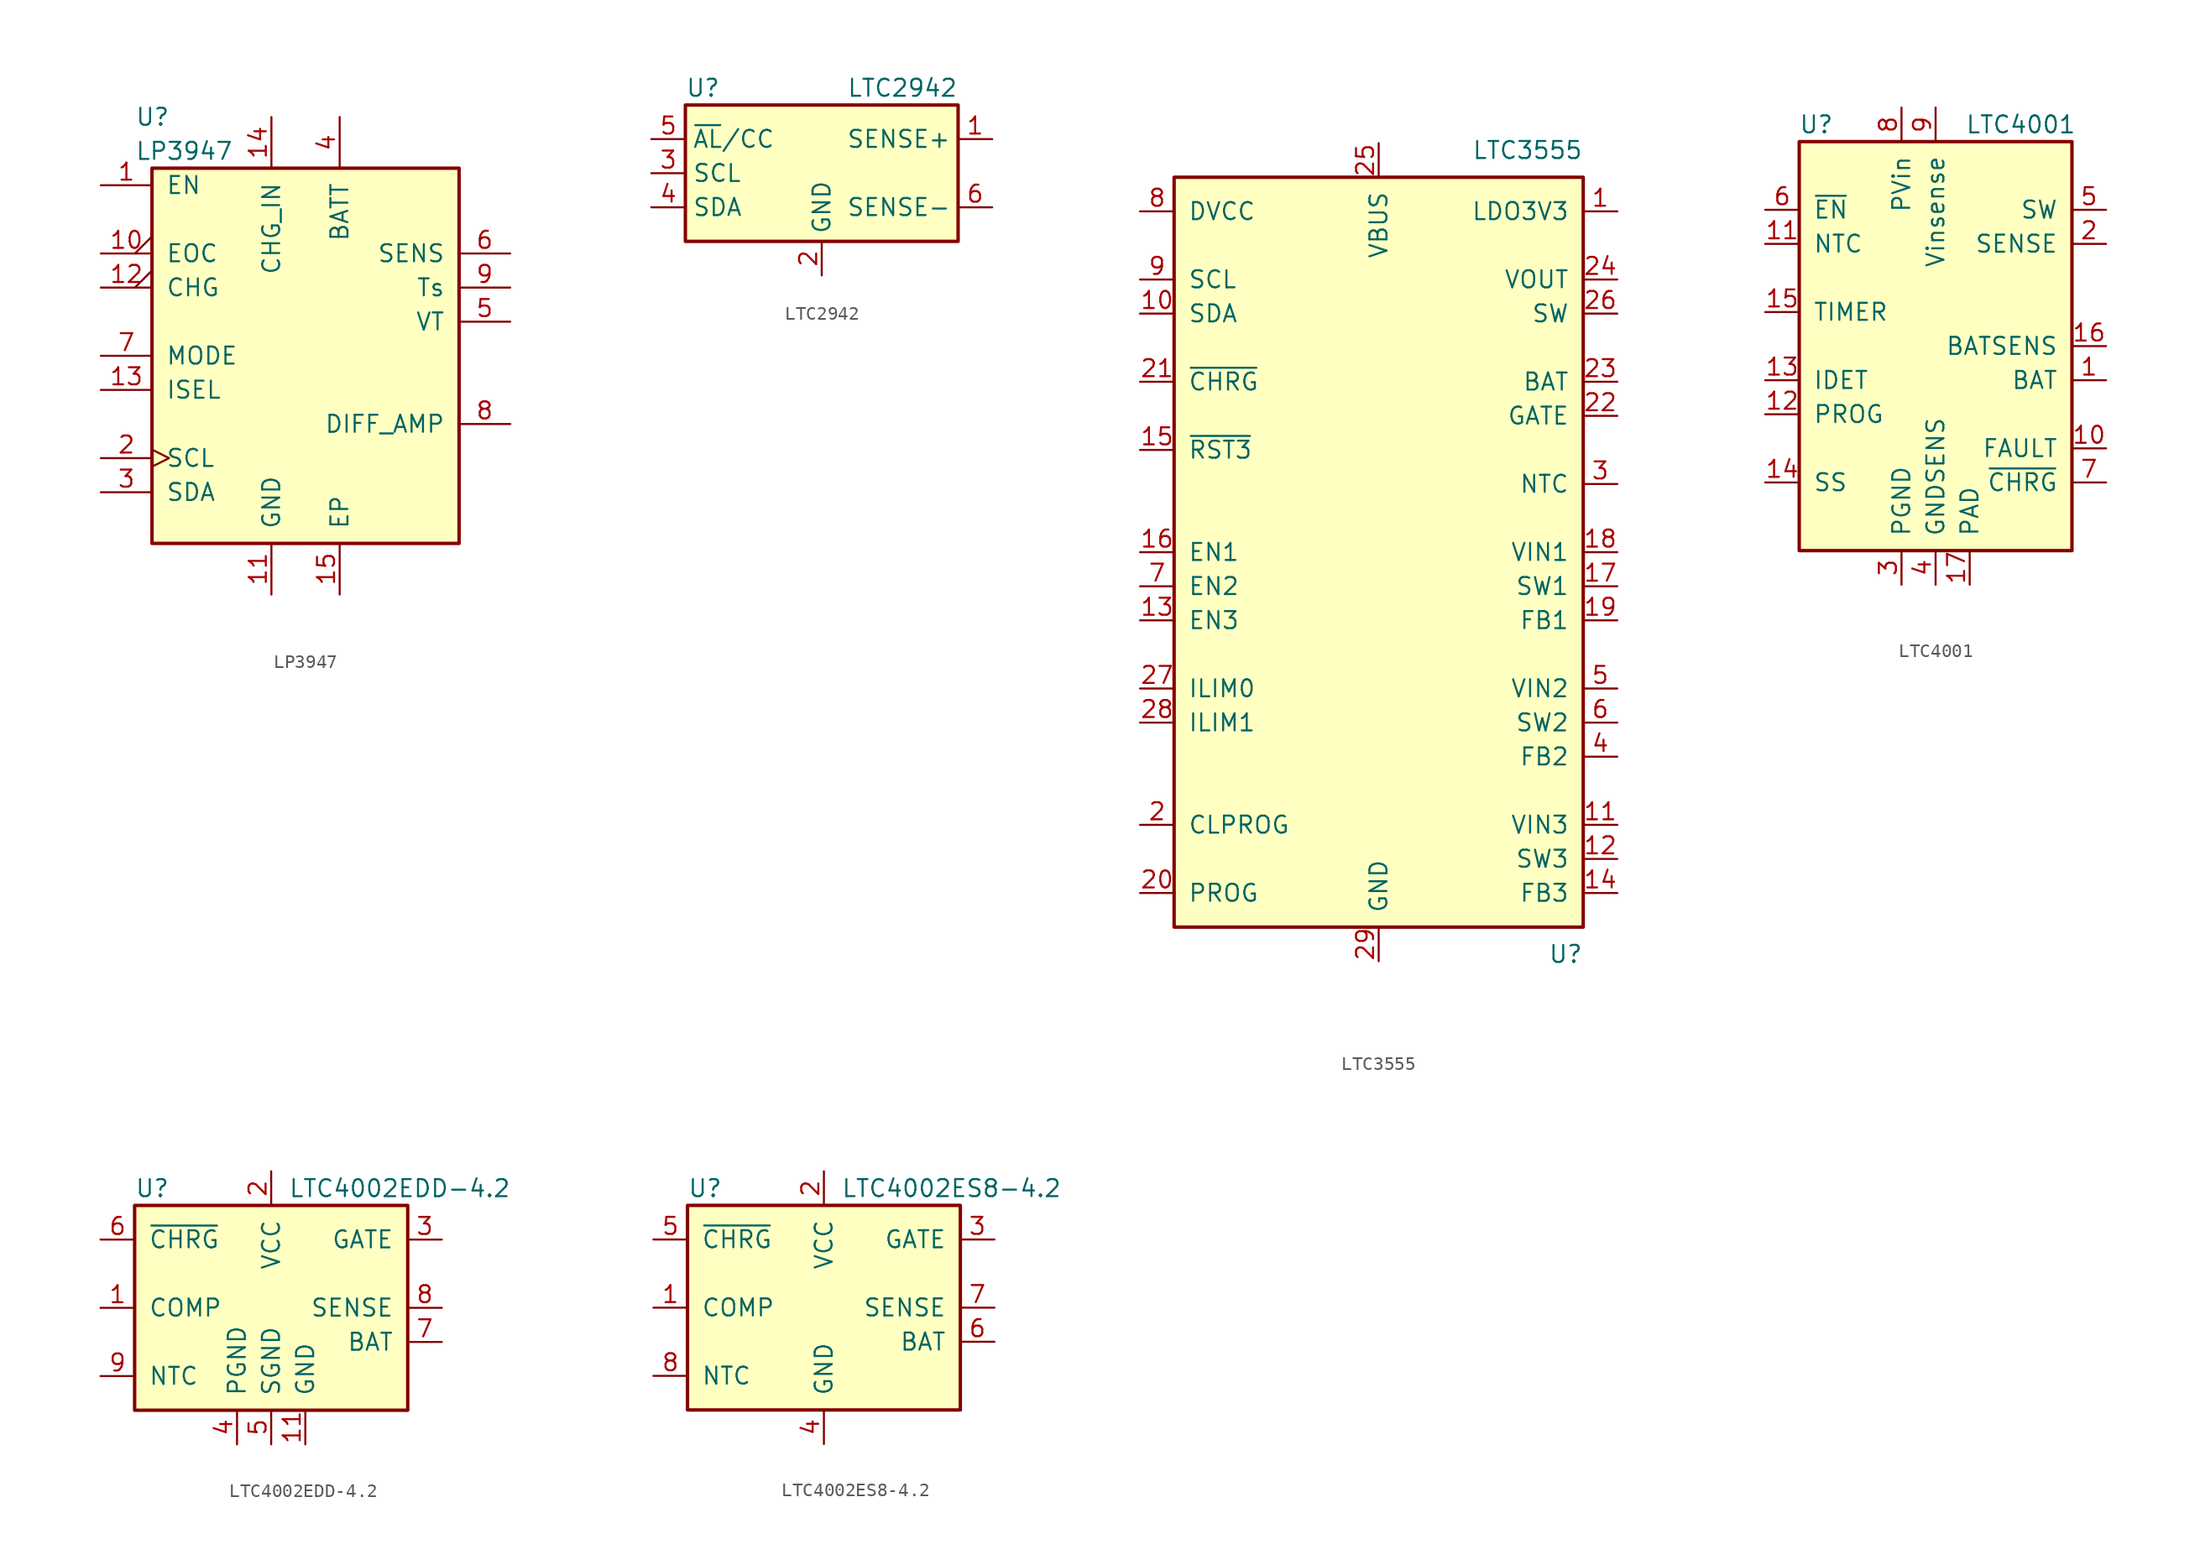
<source format=kicad_sym>
(kicad_symbol_lib
  (version 20211014)
  (generator kicad_symbol_editor)
  (symbol "LP3947"
    (pin_names
      (offset 1.016))
    (property "Reference" "U"
      (at -12.7 17.78 0)
      (effects (font (size 1.27 1.27)) (justify left)))
    (property "Value" "LP3947"
      (at -12.7 15.24 0)
      (effects (font (size 1.27 1.27)) (justify left)))
    (symbol "LP3947_0_1"
      (rectangle (start -11.43 13.97) (end 11.43 -13.97) (stroke (width 0.254) (type default) (color 0 0 0 0)) (fill (type background))))
    (symbol "LP3947_1_1"
      (pin input line (at -15.24 12.7 0) (length 3.81) (name "EN" (effects (font (size 1.27 1.27)))) (number "1" (effects (font (size 1.27 1.27)))))
      (pin open_collector output_low (at -15.24 7.62 0) (length 3.81) (name "EOC" (effects (font (size 1.27 1.27)))) (number "10" (effects (font (size 1.27 1.27)))))
      (pin power_in line (at -2.54 -17.78 90) (length 3.81) (name "GND" (effects (font (size 1.27 1.27)))) (number "11" (effects (font (size 1.27 1.27)))))
      (pin open_collector output_low (at -15.24 5.08 0) (length 3.81) (name "CHG" (effects (font (size 1.27 1.27)))) (number "12" (effects (font (size 1.27 1.27)))))
      (pin input line (at -15.24 -2.54 0) (length 3.81) (name "ISEL" (effects (font (size 1.27 1.27)))) (number "13" (effects (font (size 1.27 1.27)))))
      (pin power_in line (at -2.54 17.78 270) (length 3.81) (name "CHG_IN" (effects (font (size 1.27 1.27)))) (number "14" (effects (font (size 1.27 1.27)))))
      (pin power_in line (at 2.54 -17.78 90) (length 3.81) (name "EP" (effects (font (size 1.27 1.27)))) (number "15" (effects (font (size 1.27 1.27)))))
      (pin input clock (at -15.24 -7.62 0) (length 3.81) (name "SCL" (effects (font (size 1.27 1.27)))) (number "2" (effects (font (size 1.27 1.27)))))
      (pin bidirectional line (at -15.24 -10.16 0) (length 3.81) (name "SDA" (effects (font (size 1.27 1.27)))) (number "3" (effects (font (size 1.27 1.27)))))
      (pin power_out line (at 2.54 17.78 270) (length 3.81) (name "BATT" (effects (font (size 1.27 1.27)))) (number "4" (effects (font (size 1.27 1.27)))))
      (pin power_out line (at 15.24 2.54 180) (length 3.81) (name "VT" (effects (font (size 1.27 1.27)))) (number "5" (effects (font (size 1.27 1.27)))))
      (pin input line (at 15.24 7.62 180) (length 3.81) (name "SENS" (effects (font (size 1.27 1.27)))) (number "6" (effects (font (size 1.27 1.27)))))
      (pin input line (at -15.24 0 0) (length 3.81) (name "MODE" (effects (font (size 1.27 1.27)))) (number "7" (effects (font (size 1.27 1.27)))))
      (pin output line (at 15.24 -5.08 180) (length 3.81) (name "DIFF_AMP" (effects (font (size 1.27 1.27)))) (number "8" (effects (font (size 1.27 1.27)))))
      (pin input line (at 15.24 5.08 180) (length 3.81) (name "Ts" (effects (font (size 1.27 1.27)))) (number "9" (effects (font (size 1.27 1.27)))))))
  (symbol "LTC2942"
    (property "Reference" "U"
      (at -10.16 6.35 0)
      (effects (font (size 1.27 1.27)) (justify left)))
    (property "Value" "LTC2942"
      (at 10.16 6.35 0)
      (effects (font (size 1.27 1.27)) (justify right)))
    (symbol "LTC2942_0_1"
      (rectangle (start -10.16 5.08) (end 10.16 -5.08) (stroke (width 0.254) (type default) (color 0 0 0 0)) (fill (type background))))
    (symbol "LTC2942_1_1"
      (pin passive line (at 12.7 2.54 180) (length 2.54) (name "SENSE+" (effects (font (size 1.27 1.27)))) (number "1" (effects (font (size 1.27 1.27)))))
      (pin power_in line (at 0 -7.62 90) (length 2.54) (name "GND" (effects (font (size 1.27 1.27)))) (number "2" (effects (font (size 1.27 1.27)))))
      (pin input line (at -12.7 0 0) (length 2.54) (name "SCL" (effects (font (size 1.27 1.27)))) (number "3" (effects (font (size 1.27 1.27)))))
      (pin bidirectional line (at -12.7 -2.54 0) (length 2.54) (name "SDA" (effects (font (size 1.27 1.27)))) (number "4" (effects (font (size 1.27 1.27)))))
      (pin bidirectional line (at -12.7 2.54 0) (length 2.54) (name "~{AL}/CC" (effects (font (size 1.27 1.27)))) (number "5" (effects (font (size 1.27 1.27)))))
      (pin passive line (at 12.7 -2.54 180) (length 2.54) (name "SENSE-" (effects (font (size 1.27 1.27)))) (number "6" (effects (font (size 1.27 1.27)))))))
  (symbol "LTC3555"
    (pin_names
      (offset 1.016))
    (property "Reference" "U"
      (at 15.24 -29.21 0)
      (effects (font (size 1.27 1.27)) (justify right top)))
    (property "Value" "LTC3555"
      (at 15.24 29.21 0)
      (effects (font (size 1.27 1.27)) (justify right bottom)))
    (symbol "LTC3555_0_1"
      (rectangle (start -15.24 27.94) (end 15.24 -27.94) (stroke (width 0.254) (type default) (color 0 0 0 0)) (fill (type background))))
    (symbol "LTC3555_1_1"
      (pin power_out line (at 17.78 25.4 180) (length 2.54) (name "LDO3V3" (effects (font (size 1.27 1.27)))) (number "1" (effects (font (size 1.27 1.27)))))
      (pin bidirectional line (at -17.78 17.78 0) (length 2.54) (name "SDA" (effects (font (size 1.27 1.27)))) (number "10" (effects (font (size 1.27 1.27)))))
      (pin power_in line (at 17.78 -20.32 180) (length 2.54) (name "VIN3" (effects (font (size 1.27 1.27)))) (number "11" (effects (font (size 1.27 1.27)))))
      (pin power_out line (at 17.78 -22.86 180) (length 2.54) (name "SW3" (effects (font (size 1.27 1.27)))) (number "12" (effects (font (size 1.27 1.27)))))
      (pin input line (at -17.78 -5.08 0) (length 2.54) (name "EN3" (effects (font (size 1.27 1.27)))) (number "13" (effects (font (size 1.27 1.27)))))
      (pin input line (at 17.78 -25.4 180) (length 2.54) (name "FB3" (effects (font (size 1.27 1.27)))) (number "14" (effects (font (size 1.27 1.27)))))
      (pin open_collector line (at -17.78 7.62 0) (length 2.54) (name "~{RST3}" (effects (font (size 1.27 1.27)))) (number "15" (effects (font (size 1.27 1.27)))))
      (pin input line (at -17.78 0 0) (length 2.54) (name "EN1" (effects (font (size 1.27 1.27)))) (number "16" (effects (font (size 1.27 1.27)))))
      (pin power_out line (at 17.78 -2.54 180) (length 2.54) (name "SW1" (effects (font (size 1.27 1.27)))) (number "17" (effects (font (size 1.27 1.27)))))
      (pin power_in line (at 17.78 0 180) (length 2.54) (name "VIN1" (effects (font (size 1.27 1.27)))) (number "18" (effects (font (size 1.27 1.27)))))
      (pin input line (at 17.78 -5.08 180) (length 2.54) (name "FB1" (effects (font (size 1.27 1.27)))) (number "19" (effects (font (size 1.27 1.27)))))
      (pin passive line (at -17.78 -20.32 0) (length 2.54) (name "CLPROG" (effects (font (size 1.27 1.27)))) (number "2" (effects (font (size 1.27 1.27)))))
      (pin passive line (at -17.78 -25.4 0) (length 2.54) (name "PROG" (effects (font (size 1.27 1.27)))) (number "20" (effects (font (size 1.27 1.27)))))
      (pin open_collector line (at -17.78 12.7 0) (length 2.54) (name "~{CHRG}" (effects (font (size 1.27 1.27)))) (number "21" (effects (font (size 1.27 1.27)))))
      (pin output line (at 17.78 10.16 180) (length 2.54) (name "GATE" (effects (font (size 1.27 1.27)))) (number "22" (effects (font (size 1.27 1.27)))))
      (pin power_out line (at 17.78 12.7 180) (length 2.54) (name "BAT" (effects (font (size 1.27 1.27)))) (number "23" (effects (font (size 1.27 1.27)))))
      (pin power_out line (at 17.78 20.32 180) (length 2.54) (name "VOUT" (effects (font (size 1.27 1.27)))) (number "24" (effects (font (size 1.27 1.27)))))
      (pin power_in line (at 0 30.48 270) (length 2.54) (name "VBUS" (effects (font (size 1.27 1.27)))) (number "25" (effects (font (size 1.27 1.27)))))
      (pin power_out line (at 17.78 17.78 180) (length 2.54) (name "SW" (effects (font (size 1.27 1.27)))) (number "26" (effects (font (size 1.27 1.27)))))
      (pin input line (at -17.78 -10.16 0) (length 2.54) (name "ILIM0" (effects (font (size 1.27 1.27)))) (number "27" (effects (font (size 1.27 1.27)))))
      (pin input line (at -17.78 -12.7 0) (length 2.54) (name "ILIM1" (effects (font (size 1.27 1.27)))) (number "28" (effects (font (size 1.27 1.27)))))
      (pin power_in line (at 0 -30.48 90) (length 2.54) (name "GND" (effects (font (size 1.27 1.27)))) (number "29" (effects (font (size 1.27 1.27)))))
      (pin passive line (at 17.78 5.08 180) (length 2.54) (name "NTC" (effects (font (size 1.27 1.27)))) (number "3" (effects (font (size 1.27 1.27)))))
      (pin input line (at 17.78 -15.24 180) (length 2.54) (name "FB2" (effects (font (size 1.27 1.27)))) (number "4" (effects (font (size 1.27 1.27)))))
      (pin power_in line (at 17.78 -10.16 180) (length 2.54) (name "VIN2" (effects (font (size 1.27 1.27)))) (number "5" (effects (font (size 1.27 1.27)))))
      (pin power_out line (at 17.78 -12.7 180) (length 2.54) (name "SW2" (effects (font (size 1.27 1.27)))) (number "6" (effects (font (size 1.27 1.27)))))
      (pin input line (at -17.78 -2.54 0) (length 2.54) (name "EN2" (effects (font (size 1.27 1.27)))) (number "7" (effects (font (size 1.27 1.27)))))
      (pin power_in line (at -17.78 25.4 0) (length 2.54) (name "DVCC" (effects (font (size 1.27 1.27)))) (number "8" (effects (font (size 1.27 1.27)))))
      (pin input line (at -17.78 20.32 0) (length 2.54) (name "SCL" (effects (font (size 1.27 1.27)))) (number "9" (effects (font (size 1.27 1.27)))))))
  (symbol "LTC4001"
    (pin_names
      (offset 1.016))
    (property "Reference" "U"
      (at -8.89 16.51 0)
      (effects (font (size 1.27 1.27))))
    (property "Value" "LTC4001"
      (at 6.35 16.51 0)
      (effects (font (size 1.27 1.27))))
    (symbol "LTC4001_0_1"
      (rectangle (start -10.16 15.24) (end 10.16 -15.24) (stroke (width 0.254) (type default) (color 0 0 0 0)) (fill (type background))))
    (symbol "LTC4001_1_1"
      (pin output line (at 12.7 -2.54 180) (length 2.54) (name "BAT" (effects (font (size 1.27 1.27)))) (number "1" (effects (font (size 1.27 1.27)))))
      (pin output line (at 12.7 -7.62 180) (length 2.54) (name "FAULT" (effects (font (size 1.27 1.27)))) (number "10" (effects (font (size 1.27 1.27)))))
      (pin input line (at -12.7 7.62 0) (length 2.54) (name "NTC" (effects (font (size 1.27 1.27)))) (number "11" (effects (font (size 1.27 1.27)))))
      (pin input line (at -12.7 -5.08 0) (length 2.54) (name "PROG" (effects (font (size 1.27 1.27)))) (number "12" (effects (font (size 1.27 1.27)))))
      (pin input line (at -12.7 -2.54 0) (length 2.54) (name "IDET" (effects (font (size 1.27 1.27)))) (number "13" (effects (font (size 1.27 1.27)))))
      (pin input line (at -12.7 -10.16 0) (length 2.54) (name "SS" (effects (font (size 1.27 1.27)))) (number "14" (effects (font (size 1.27 1.27)))))
      (pin input line (at -12.7 2.54 0) (length 2.54) (name "TIMER" (effects (font (size 1.27 1.27)))) (number "15" (effects (font (size 1.27 1.27)))))
      (pin input line (at 12.7 0 180) (length 2.54) (name "BATSENS" (effects (font (size 1.27 1.27)))) (number "16" (effects (font (size 1.27 1.27)))))
      (pin power_in line (at 2.54 -17.78 90) (length 2.54) (name "PAD" (effects (font (size 1.27 1.27)))) (number "17" (effects (font (size 1.27 1.27)))))
      (pin input line (at 12.7 7.62 180) (length 2.54) (name "SENSE" (effects (font (size 1.27 1.27)))) (number "2" (effects (font (size 1.27 1.27)))))
      (pin power_in line (at -2.54 -17.78 90) (length 2.54) (name "PGND" (effects (font (size 1.27 1.27)))) (number "3" (effects (font (size 1.27 1.27)))))
      (pin power_in line (at 0 -17.78 90) (length 2.54) (name "GNDSENS" (effects (font (size 1.27 1.27)))) (number "4" (effects (font (size 1.27 1.27)))))
      (pin output line (at 12.7 10.16 180) (length 2.54) (name "SW" (effects (font (size 1.27 1.27)))) (number "5" (effects (font (size 1.27 1.27)))))
      (pin input line (at -12.7 10.16 0) (length 2.54) (name "~{EN}" (effects (font (size 1.27 1.27)))) (number "6" (effects (font (size 1.27 1.27)))))
      (pin open_collector line (at 12.7 -10.16 180) (length 2.54) (name "~{CHRG}" (effects (font (size 1.27 1.27)))) (number "7" (effects (font (size 1.27 1.27)))))
      (pin power_in line (at -2.54 17.78 270) (length 2.54) (name "PVin" (effects (font (size 1.27 1.27)))) (number "8" (effects (font (size 1.27 1.27)))))
      (pin power_in line (at 0 17.78 270) (length 2.54) (name "Vinsense" (effects (font (size 1.27 1.27)))) (number "9" (effects (font (size 1.27 1.27)))))))
  (symbol "LTC4002EDD-4.2"
    (pin_names
      (offset 1.016))
    (property "Reference" "U"
      (at -10.16 8.89 0)
      (effects (font (size 1.27 1.27)) (justify left)))
    (property "Value" "LTC4002EDD-4.2"
      (at 1.27 8.89 0)
      (effects (font (size 1.27 1.27)) (justify left)))
    (symbol "LTC4002EDD-4.2_0_1"
      (rectangle (start 10.16 -7.62) (end -10.16 7.62) (stroke (width 0.254) (type default) (color 0 0 0 0)) (fill (type background))))
    (symbol "LTC4002EDD-4.2_1_1"
      (pin input line (at -12.7 0 0) (length 2.54) (name "COMP" (effects (font (size 1.27 1.27)))) (number "1" (effects (font (size 1.27 1.27)))))
      (pin no_connect line (at 5.08 -10.16 90) (length 2.54) hide (name "NC" (effects (font (size 1.27 1.27)))) (number "10" (effects (font (size 1.27 1.27)))))
      (pin power_in line (at 2.54 -10.16 90) (length 2.54) (name "GND" (effects (font (size 1.27 1.27)))) (number "11" (effects (font (size 1.27 1.27)))))
      (pin power_in line (at 0 10.16 270) (length 2.54) (name "VCC" (effects (font (size 1.27 1.27)))) (number "2" (effects (font (size 1.27 1.27)))))
      (pin output line (at 12.7 5.08 180) (length 2.54) (name "GATE" (effects (font (size 1.27 1.27)))) (number "3" (effects (font (size 1.27 1.27)))))
      (pin power_in line (at -2.54 -10.16 90) (length 2.54) (name "PGND" (effects (font (size 1.27 1.27)))) (number "4" (effects (font (size 1.27 1.27)))))
      (pin power_in line (at 0 -10.16 90) (length 2.54) (name "SGND" (effects (font (size 1.27 1.27)))) (number "5" (effects (font (size 1.27 1.27)))))
      (pin open_collector line (at -12.7 5.08 0) (length 2.54) (name "~{CHRG}" (effects (font (size 1.27 1.27)))) (number "6" (effects (font (size 1.27 1.27)))))
      (pin input line (at 12.7 -2.54 180) (length 2.54) (name "BAT" (effects (font (size 1.27 1.27)))) (number "7" (effects (font (size 1.27 1.27)))))
      (pin input line (at 12.7 0 180) (length 2.54) (name "SENSE" (effects (font (size 1.27 1.27)))) (number "8" (effects (font (size 1.27 1.27)))))
      (pin input line (at -12.7 -5.08 0) (length 2.54) (name "NTC" (effects (font (size 1.27 1.27)))) (number "9" (effects (font (size 1.27 1.27)))))))
  (symbol "LTC4002ES8-4.2"
    (pin_names
      (offset 1.016))
    (property "Reference" "U"
      (at -10.16 8.89 0)
      (effects (font (size 1.27 1.27)) (justify left)))
    (property "Value" "LTC4002ES8-4.2"
      (at 1.27 8.89 0)
      (effects (font (size 1.27 1.27)) (justify left)))
    (symbol "LTC4002ES8-4.2_0_1"
      (rectangle (start 10.16 -7.62) (end -10.16 7.62) (stroke (width 0.254) (type default) (color 0 0 0 0)) (fill (type background))))
    (symbol "LTC4002ES8-4.2_1_1"
      (pin input line (at -12.7 0 0) (length 2.54) (name "COMP" (effects (font (size 1.27 1.27)))) (number "1" (effects (font (size 1.27 1.27)))))
      (pin power_in line (at 0 10.16 270) (length 2.54) (name "VCC" (effects (font (size 1.27 1.27)))) (number "2" (effects (font (size 1.27 1.27)))))
      (pin output line (at 12.7 5.08 180) (length 2.54) (name "GATE" (effects (font (size 1.27 1.27)))) (number "3" (effects (font (size 1.27 1.27)))))
      (pin power_in line (at 0 -10.16 90) (length 2.54) (name "GND" (effects (font (size 1.27 1.27)))) (number "4" (effects (font (size 1.27 1.27)))))
      (pin open_collector line (at -12.7 5.08 0) (length 2.54) (name "~{CHRG}" (effects (font (size 1.27 1.27)))) (number "5" (effects (font (size 1.27 1.27)))))
      (pin input line (at 12.7 -2.54 180) (length 2.54) (name "BAT" (effects (font (size 1.27 1.27)))) (number "6" (effects (font (size 1.27 1.27)))))
      (pin input line (at 12.7 0 180) (length 2.54) (name "SENSE" (effects (font (size 1.27 1.27)))) (number "7" (effects (font (size 1.27 1.27)))))
      (pin input line (at -12.7 -5.08 0) (length 2.54) (name "NTC" (effects (font (size 1.27 1.27)))) (number "8" (effects (font (size 1.27 1.27))))))))
</source>
